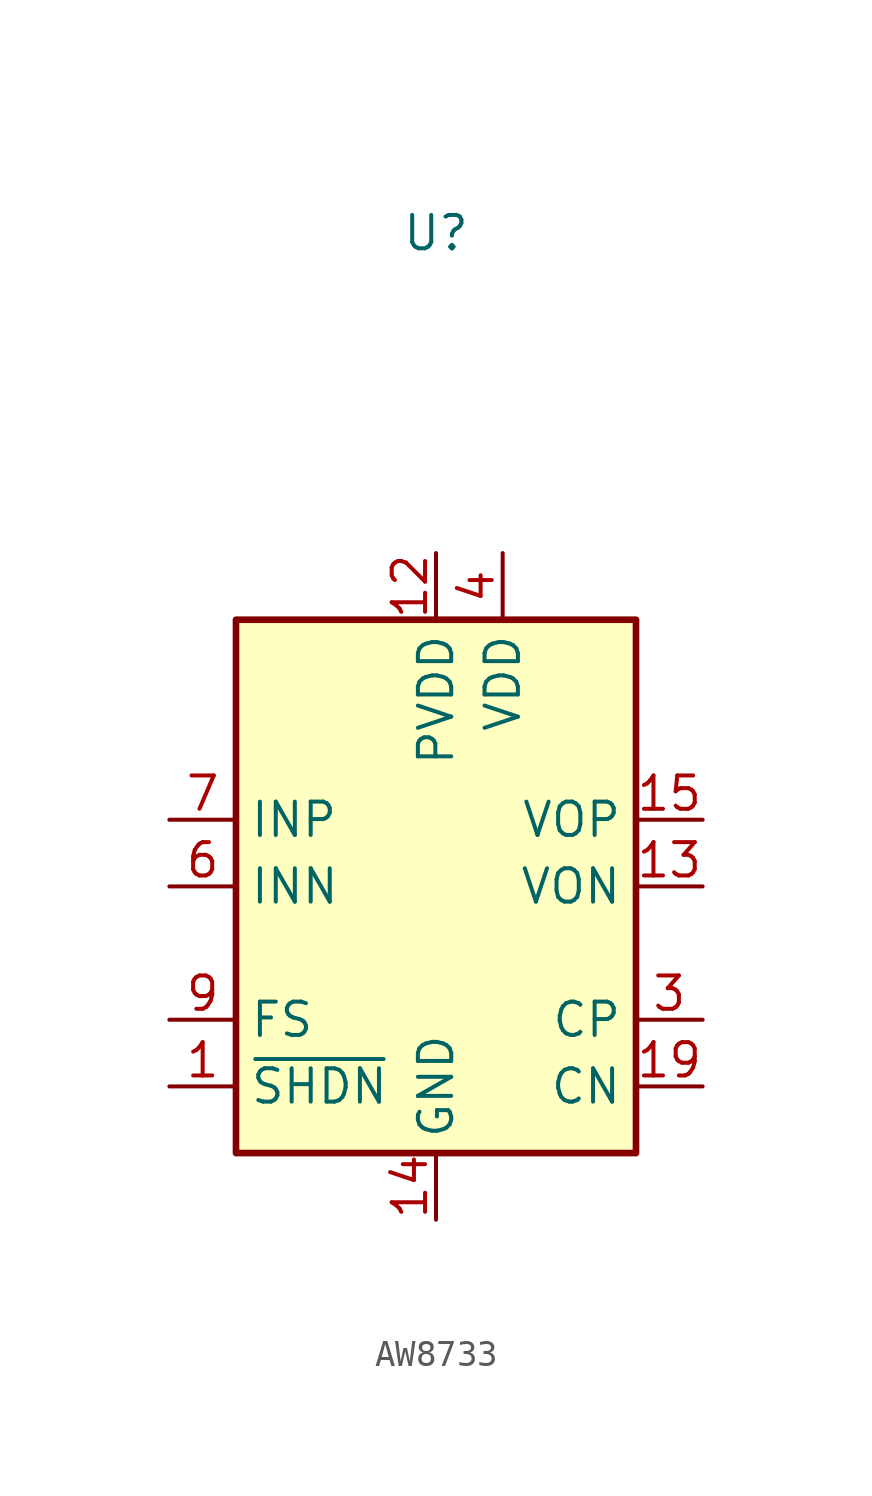
<source format=kicad_sym>
(kicad_symbol_lib
  (version 20241209)
  (generator "kicad_symbol_editor")
  (generator_version "9.0")
  (symbol "AW8733"
    (property "Reference" "U"
      (at 0 24.892 0)
      (effects (font (size 1.27 1.27))))
    (property "Value" ""
      (at 0 0 0)
      (effects (font (size 1.27 1.27))))
    (symbol "AW8733_1_1"
      (rectangle (start -7.62 10.16) (end 7.62 -10.16) (stroke (width 0.254) (type solid)) (fill (type background)))
      (pin bidirectional line (at -10.16 2.54 0) (length 2.54) (name "INP" (effects (font (size 1.27 1.27)))) (number "7" (effects (font (size 1.27 1.27)))))
      (pin bidirectional line (at -10.16 0 0) (length 2.54) (name "INN" (effects (font (size 1.27 1.27)))) (number "6" (effects (font (size 1.27 1.27)))))
      (pin bidirectional line (at -10.16 -5.08 0) (length 2.54) (name "FS" (effects (font (size 1.27 1.27)))) (number "9" (effects (font (size 1.27 1.27)))))
      (pin input line (at -10.16 -7.62 0) (length 2.54) (name "~{SHDN}" (effects (font (size 1.27 1.27)))) (number "1" (effects (font (size 1.27 1.27)))))
      (pin input line (at 0 12.7 270) (length 2.54) (name "PVDD" (effects (font (size 1.27 1.27)))) (number "12" (effects (font (size 1.27 1.27)))))
      (pin power_in line (at 0 12.7 270) (length 2.54) (hide yes) (name "PVDD" (effects (font (size 1.27 1.27)))) (number "17" (effects (font (size 1.27 1.27)))))
      (pin power_in line (at 0 12.7 270) (length 2.54) (hide yes) (name "PVDD" (effects (font (size 1.27 1.27)))) (number "18" (effects (font (size 1.27 1.27)))))
      (pin power_in line (at 0 -12.7 90) (length 2.54) (name "GND" (effects (font (size 1.27 1.27)))) (number "14" (effects (font (size 1.27 1.27)))))
      (pin power_in line (at 0 -12.7 90) (length 2.54) (hide yes) (name "GND" (effects (font (size 1.27 1.27)))) (number "20" (effects (font (size 1.27 1.27)))))
      (pin power_in line (at 0 -12.7 90) (length 2.54) (hide yes) (name "GND" (effects (font (size 1.27 1.27)))) (number "21" (effects (font (size 1.27 1.27)))))
      (pin power_in line (at 2.54 12.7 270) (length 2.54) (name "VDD" (effects (font (size 1.27 1.27)))) (number "4" (effects (font (size 1.27 1.27)))))
      (pin power_in line (at 2.54 12.7 270) (length 2.54) (hide yes) (name "VDD" (effects (font (size 1.27 1.27)))) (number "8" (effects (font (size 1.27 1.27)))))
      (pin no_connect line (at 7.62 7.62 180) (length 2.54) (hide yes) (name "NC" (effects (font (size 1.27 1.27)))) (number "10" (effects (font (size 1.27 1.27)))))
      (pin no_connect line (at 7.62 7.62 180) (length 2.54) (hide yes) (name "NC" (effects (font (size 1.27 1.27)))) (number "11" (effects (font (size 1.27 1.27)))))
      (pin no_connect line (at 7.62 7.62 180) (length 2.54) (hide yes) (name "NC" (effects (font (size 1.27 1.27)))) (number "16" (effects (font (size 1.27 1.27)))))
      (pin no_connect line (at 7.62 7.62 180) (length 2.54) (hide yes) (name "NC" (effects (font (size 1.27 1.27)))) (number "2" (effects (font (size 1.27 1.27)))))
      (pin no_connect line (at 7.62 7.62 180) (length 2.54) (hide yes) (name "NC" (effects (font (size 1.27 1.27)))) (number "5" (effects (font (size 1.27 1.27)))))
      (pin bidirectional line (at 10.16 2.54 180) (length 2.54) (name "VOP" (effects (font (size 1.27 1.27)))) (number "15" (effects (font (size 1.27 1.27)))))
      (pin bidirectional line (at 10.16 0 180) (length 2.54) (name "VON" (effects (font (size 1.27 1.27)))) (number "13" (effects (font (size 1.27 1.27)))))
      (pin bidirectional line (at 10.16 -5.08 180) (length 2.54) (name "CP" (effects (font (size 1.27 1.27)))) (number "3" (effects (font (size 1.27 1.27)))))
      (pin bidirectional line (at 10.16 -7.62 180) (length 2.54) (name "CN" (effects (font (size 1.27 1.27)))) (number "19" (effects (font (size 1.27 1.27))))))))
</source>
